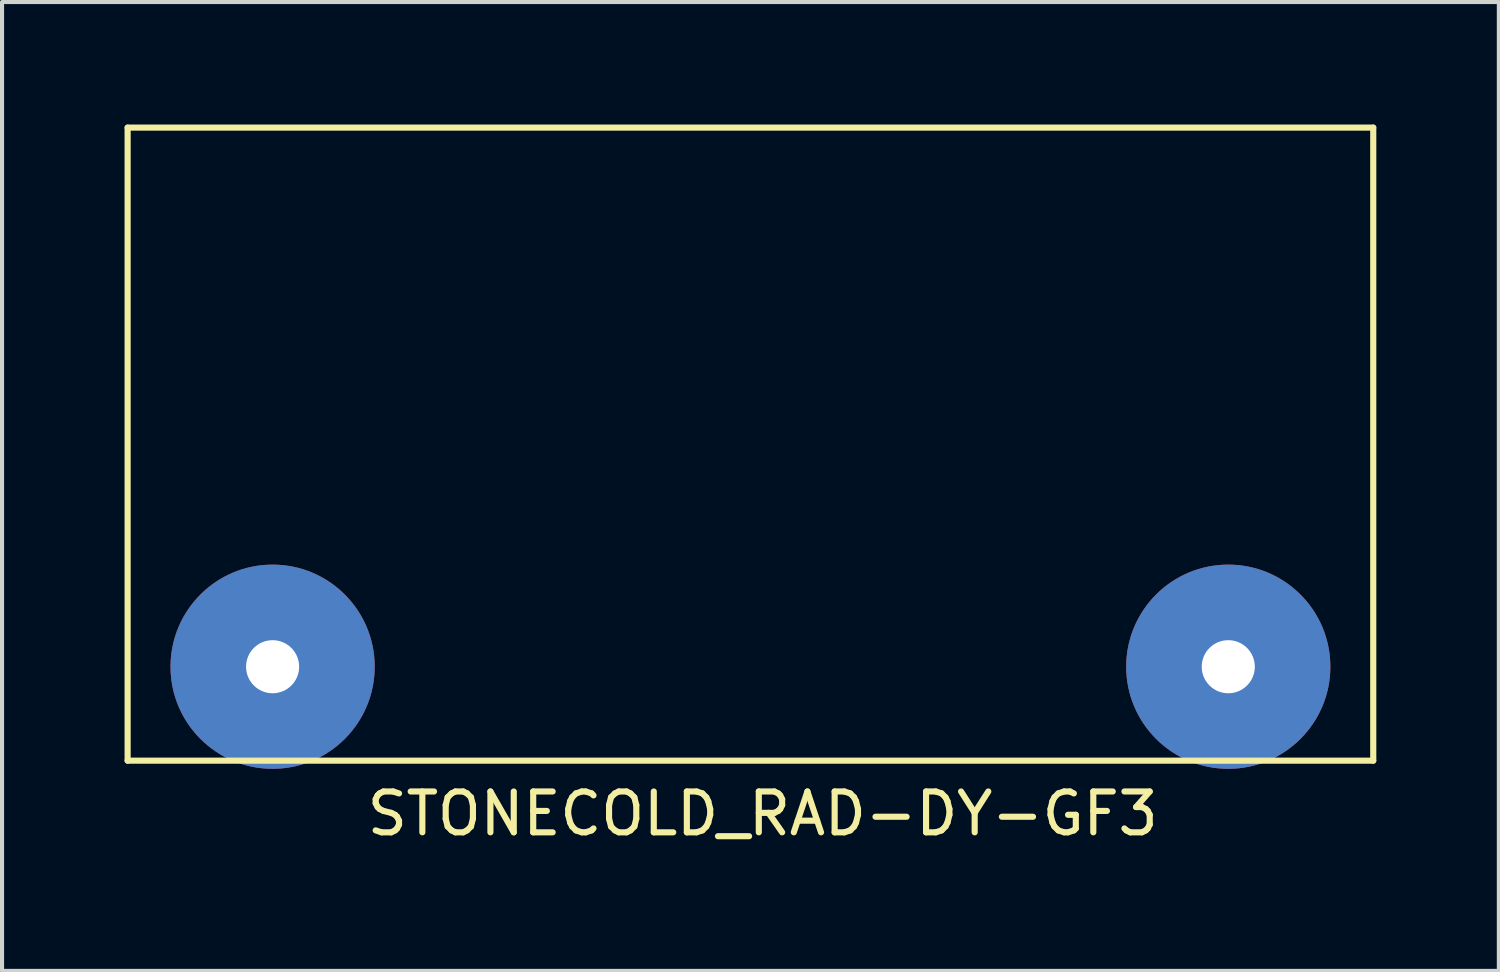
<source format=kicad_pcb>
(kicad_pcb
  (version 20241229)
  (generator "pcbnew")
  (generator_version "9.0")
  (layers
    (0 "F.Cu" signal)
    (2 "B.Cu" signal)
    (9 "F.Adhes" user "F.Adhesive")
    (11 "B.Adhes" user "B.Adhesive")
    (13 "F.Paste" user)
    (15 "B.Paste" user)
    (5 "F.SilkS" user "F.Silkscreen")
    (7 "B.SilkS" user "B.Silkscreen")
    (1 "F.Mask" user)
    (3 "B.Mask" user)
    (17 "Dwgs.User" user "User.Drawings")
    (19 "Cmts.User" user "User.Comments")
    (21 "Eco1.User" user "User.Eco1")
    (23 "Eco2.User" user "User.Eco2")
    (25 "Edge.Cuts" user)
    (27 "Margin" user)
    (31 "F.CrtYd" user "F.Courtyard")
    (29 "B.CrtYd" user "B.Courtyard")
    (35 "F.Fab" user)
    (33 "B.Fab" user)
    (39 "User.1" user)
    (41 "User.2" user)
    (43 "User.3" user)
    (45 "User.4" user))
  (footprint "STONECOLD_RAD-DY-GF3"
    (layer "F.Cu")
    (at 15.325 15.575)
    (property "Reference" "STONECOLD_RAD-DY-GF3" (at 0.3 1.3 0) (layer "F.SilkS") (effects (font (size 1 1) (thickness 0.15))))
    (attr through_hole)
    (fp_line (start -15.25 -15.5) (end 15.25 -15.5) (stroke (width 0.15) (type solid)) (layer "F.SilkS"))
    (fp_line (start -15.25 0) (end -15.25 -15.5) (stroke (width 0.15) (type solid)) (layer "F.SilkS"))
    (fp_line (start 15.25 -15.5) (end 15.25 0) (stroke (width 0.15) (type solid)) (layer "F.SilkS"))
    (fp_line (start 15.25 0) (end -15.25 0) (stroke (width 0.15) (type solid)) (layer "F.SilkS"))
    (pad "" thru_hole circle (at -11.7 -2.3) (size 5 5) (drill 1.3) (layers "*.Cu" "*.Mask"))
    (pad "" thru_hole circle (at 11.7 -2.3) (size 5 5) (drill 1.3) (layers "*.Cu" "*.Mask")))
  (gr_rect
    (start -3 -3)
    (end 33.65 20.723)
    (stroke (width 0.1) (type default))
    (fill no)
    (layer "Edge.Cuts")))
</source>
